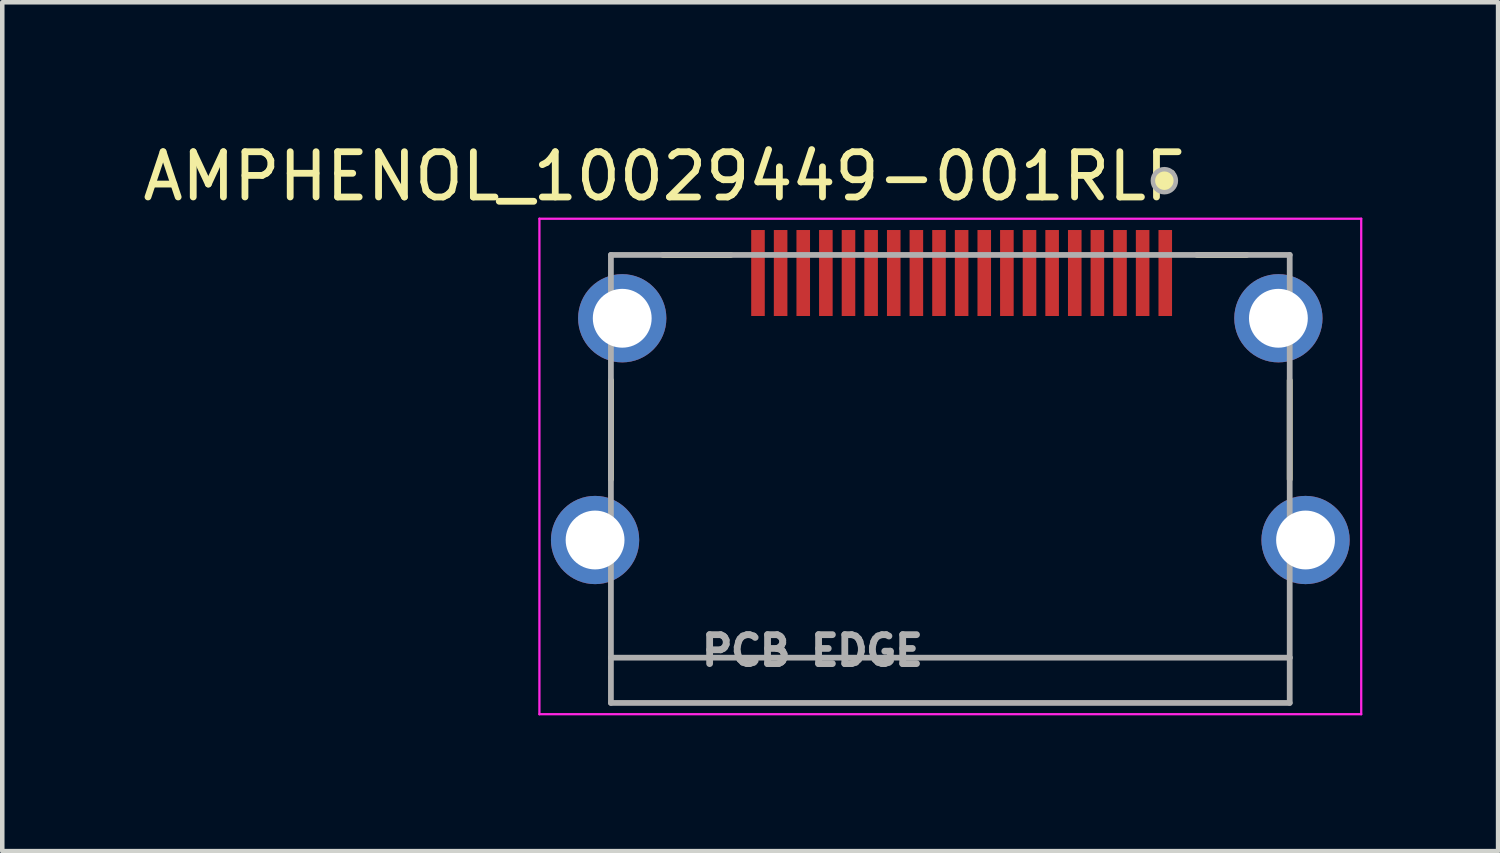
<source format=kicad_pcb>
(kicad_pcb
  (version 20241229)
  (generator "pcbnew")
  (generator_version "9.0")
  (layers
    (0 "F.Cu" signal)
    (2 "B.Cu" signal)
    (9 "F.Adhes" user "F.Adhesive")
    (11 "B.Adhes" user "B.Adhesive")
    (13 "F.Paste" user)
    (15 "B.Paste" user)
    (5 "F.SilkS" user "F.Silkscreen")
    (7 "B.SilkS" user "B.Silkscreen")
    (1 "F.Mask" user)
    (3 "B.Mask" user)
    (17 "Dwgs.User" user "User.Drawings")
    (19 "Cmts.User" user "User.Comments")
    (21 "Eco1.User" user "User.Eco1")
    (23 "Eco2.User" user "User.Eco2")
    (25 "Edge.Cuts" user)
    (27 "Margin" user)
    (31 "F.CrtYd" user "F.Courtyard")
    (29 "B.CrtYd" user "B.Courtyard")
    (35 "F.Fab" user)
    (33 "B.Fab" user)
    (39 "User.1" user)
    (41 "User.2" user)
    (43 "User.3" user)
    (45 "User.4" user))
  (footprint "AMPHENOL_10029449-001RLF"
    (layer "F.Cu")
    (at 17.95 3.983)
    (property "Reference" "AMPHENOL_10029449-001RLF" (at -6.325 -3.135 0) (layer "F.SilkS") (effects (font (size 1 1) (thickness 0.15))))
    (attr through_hole)
    (fp_line (start -7.5 3.56) (end -7.5 1.37) (stroke (width 0.127) (type solid)) (layer "F.SilkS"))
    (fp_line (start -6.35 -1.4) (end -4.85 -1.4) (stroke (width 0.127) (type solid)) (layer "F.SilkS"))
    (fp_line (start 5.45 -1.4) (end 6.55 -1.4) (stroke (width 0.127) (type solid)) (layer "F.SilkS"))
    (fp_line (start 7.5 1.37) (end 7.5 3.56) (stroke (width 0.127) (type solid)) (layer "F.SilkS"))
    (fp_circle (center 4.73 -3.04) (end 4.984 -3.04) (stroke (width 0) (type solid)) (fill yes) (layer "F.SilkS"))
    (fp_line (start -9.08 -2.2) (end 9.08 -2.2) (stroke (width 0.05) (type solid)) (layer "F.CrtYd"))
    (fp_line (start -9.08 8.75) (end -9.08 -2.2) (stroke (width 0.05) (type solid)) (layer "F.CrtYd"))
    (fp_line (start 9.08 -2.2) (end 9.08 8.75) (stroke (width 0.05) (type solid)) (layer "F.CrtYd"))
    (fp_line (start 9.08 8.75) (end -9.08 8.75) (stroke (width 0.05) (type solid)) (layer "F.CrtYd"))
    (fp_line (start -7.5 -1.4) (end 7.5 -1.4) (stroke (width 0.127) (type solid)) (layer "F.Fab"))
    (fp_line (start -7.5 7.5) (end -7.5 -1.4) (stroke (width 0.127) (type solid)) (layer "F.Fab"))
    (fp_line (start -7.5 8.5) (end -7.5 7.5) (stroke (width 0.127) (type solid)) (layer "F.Fab"))
    (fp_line (start 7.5 -1.4) (end 7.5 7.5) (stroke (width 0.127) (type solid)) (layer "F.Fab"))
    (fp_line (start 7.5 7.5) (end -7.5 7.5) (stroke (width 0.127) (type solid)) (layer "F.Fab"))
    (fp_line (start 7.5 7.5) (end 7.5 8.5) (stroke (width 0.127) (type solid)) (layer "F.Fab"))
    (fp_line (start 7.5 8.5) (end -7.5 8.5) (stroke (width 0.127) (type solid)) (layer "F.Fab"))
    (fp_circle (center 4.73 -3.04) (end 4.984 -3.04) (stroke (width 0.1) (type solid)) (fill no) (layer "F.Fab"))
    (fp_text user "PCB EDGE" (at -3.048 7.343 0) (layer "F.Fab") (effects (font (size 0.64 0.64) (thickness 0.15))))
    (pad "1" smd rect (at 4.75 -1 90) (size 1.9 0.3) (layers "F.Cu" "F.Mask" "F.Paste"))
    (pad "2" smd rect (at 4.25 -1 90) (size 1.9 0.3) (layers "F.Cu" "F.Mask" "F.Paste"))
    (pad "3" smd rect (at 3.75 -1 90) (size 1.9 0.3) (layers "F.Cu" "F.Mask" "F.Paste"))
    (pad "4" smd rect (at 3.25 -1 90) (size 1.9 0.3) (layers "F.Cu" "F.Mask" "F.Paste"))
    (pad "5" smd rect (at 2.75 -1 90) (size 1.9 0.3) (layers "F.Cu" "F.Mask" "F.Paste"))
    (pad "6" smd rect (at 2.25 -1 90) (size 1.9 0.3) (layers "F.Cu" "F.Mask" "F.Paste"))
    (pad "7" smd rect (at 1.75 -1 90) (size 1.9 0.3) (layers "F.Cu" "F.Mask" "F.Paste"))
    (pad "8" smd rect (at 1.25 -1 90) (size 1.9 0.3) (layers "F.Cu" "F.Mask" "F.Paste"))
    (pad "9" smd rect (at 0.75 -1 90) (size 1.9 0.3) (layers "F.Cu" "F.Mask" "F.Paste"))
    (pad "10" smd rect (at 0.25 -1 90) (size 1.9 0.3) (layers "F.Cu" "F.Mask" "F.Paste"))
    (pad "11" smd rect (at -0.25 -1 90) (size 1.9 0.3) (layers "F.Cu" "F.Mask" "F.Paste"))
    (pad "12" smd rect (at -0.75 -1 90) (size 1.9 0.3) (layers "F.Cu" "F.Mask" "F.Paste"))
    (pad "13" smd rect (at -1.25 -1 90) (size 1.9 0.3) (layers "F.Cu" "F.Mask" "F.Paste"))
    (pad "14" smd rect (at -1.75 -1 90) (size 1.9 0.3) (layers "F.Cu" "F.Mask" "F.Paste"))
    (pad "15" smd rect (at -2.25 -1 90) (size 1.9 0.3) (layers "F.Cu" "F.Mask" "F.Paste"))
    (pad "16" smd rect (at -2.75 -1 90) (size 1.9 0.3) (layers "F.Cu" "F.Mask" "F.Paste"))
    (pad "17" smd rect (at -3.25 -1 90) (size 1.9 0.3) (layers "F.Cu" "F.Mask" "F.Paste"))
    (pad "18" smd rect (at -3.75 -1 90) (size 1.9 0.3) (layers "F.Cu" "F.Mask" "F.Paste"))
    (pad "19" smd rect (at -4.25 -1 90) (size 1.9 0.3) (layers "F.Cu" "F.Mask" "F.Paste"))
    (pad "S1" thru_hole circle (at 7.25 0) (size 1.95 1.95) (drill 1.3) (layers "*.Cu" "*.Mask"))
    (pad "S2" thru_hole circle (at -7.25 0) (size 1.95 1.95) (drill 1.3) (layers "*.Cu" "*.Mask"))
    (pad "S3" thru_hole circle (at -7.85 4.9) (size 1.95 1.95) (drill 1.3) (layers "*.Cu" "*.Mask"))
    (pad "S4" thru_hole circle (at 7.85 4.9) (size 1.95 1.95) (drill 1.3) (layers "*.Cu" "*.Mask")))
  (gr_rect
    (start -3 -3)
    (end 30.055 15.758)
    (stroke (width 0.1) (type default))
    (fill no)
    (layer "Edge.Cuts")))
</source>
